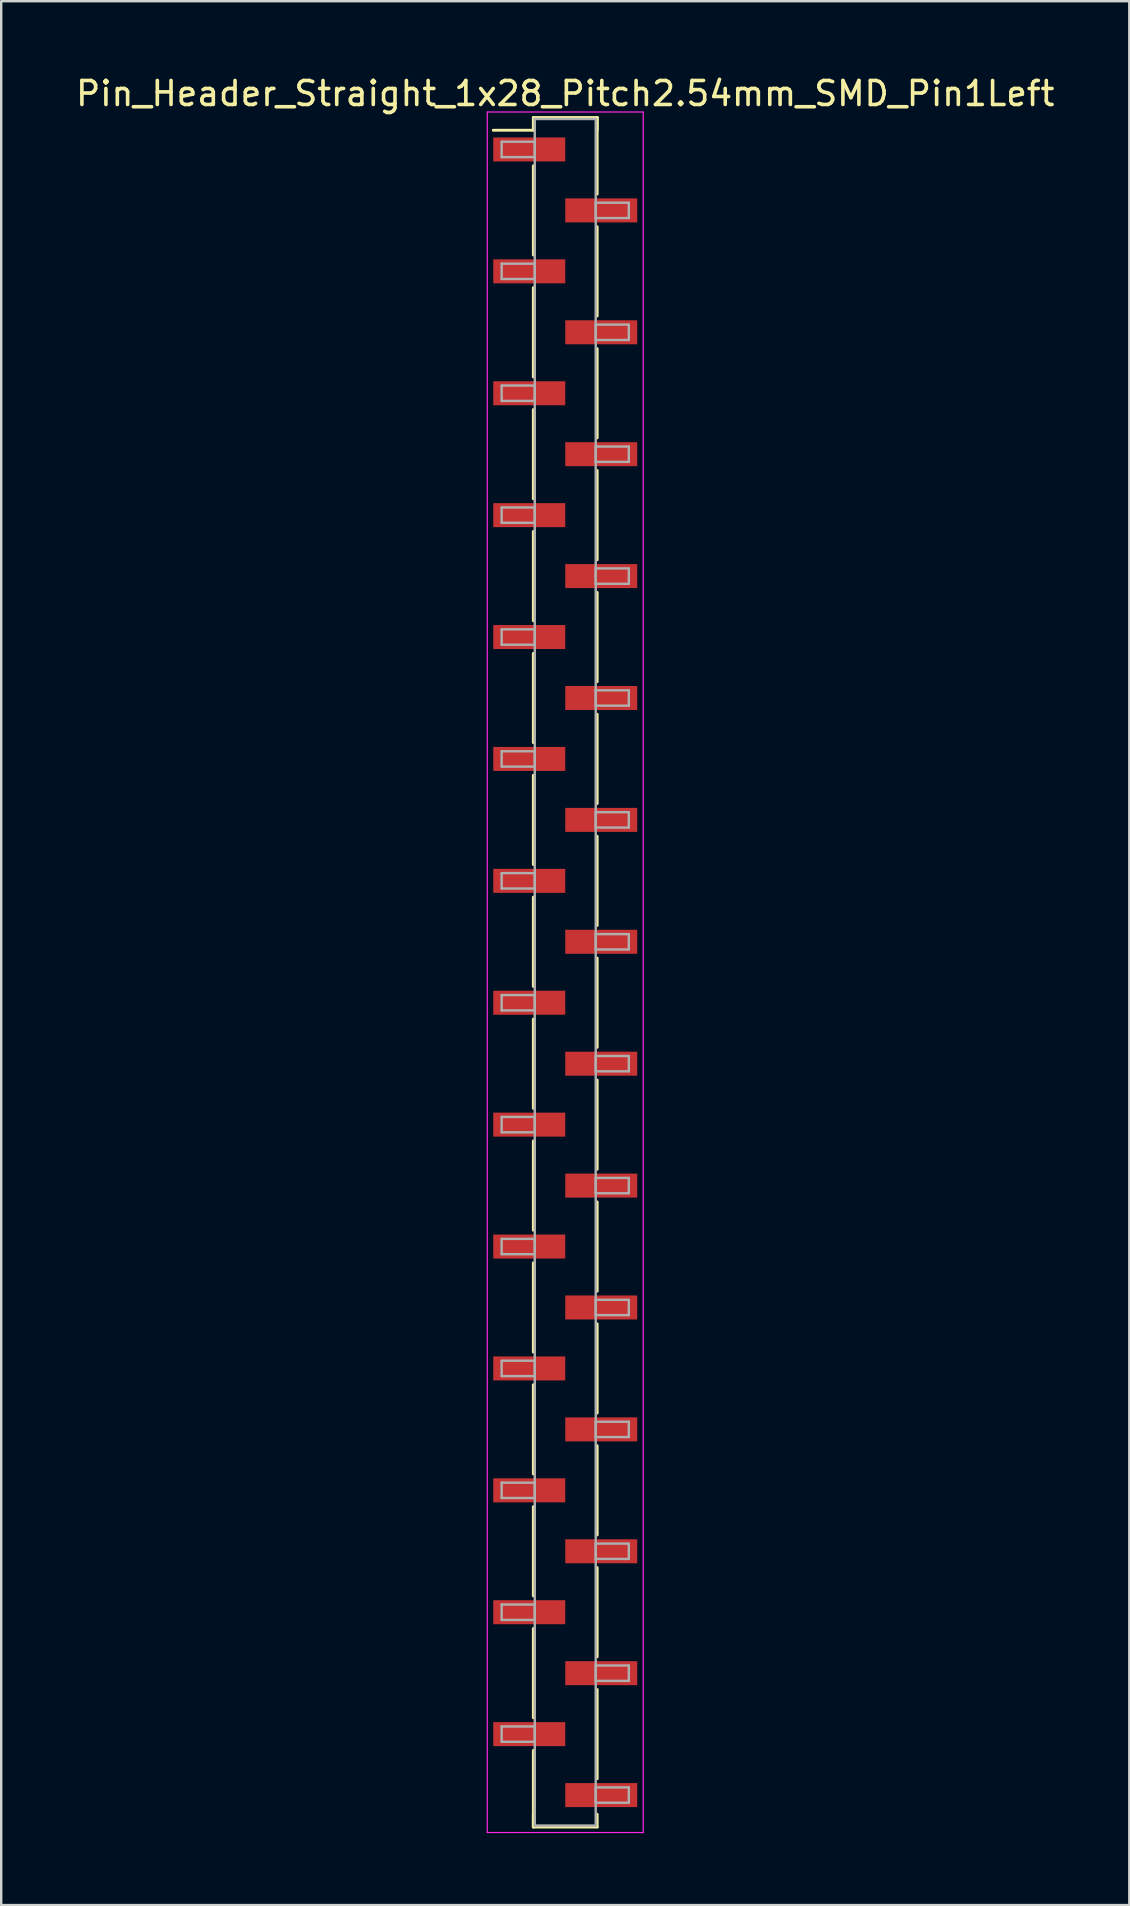
<source format=kicad_pcb>
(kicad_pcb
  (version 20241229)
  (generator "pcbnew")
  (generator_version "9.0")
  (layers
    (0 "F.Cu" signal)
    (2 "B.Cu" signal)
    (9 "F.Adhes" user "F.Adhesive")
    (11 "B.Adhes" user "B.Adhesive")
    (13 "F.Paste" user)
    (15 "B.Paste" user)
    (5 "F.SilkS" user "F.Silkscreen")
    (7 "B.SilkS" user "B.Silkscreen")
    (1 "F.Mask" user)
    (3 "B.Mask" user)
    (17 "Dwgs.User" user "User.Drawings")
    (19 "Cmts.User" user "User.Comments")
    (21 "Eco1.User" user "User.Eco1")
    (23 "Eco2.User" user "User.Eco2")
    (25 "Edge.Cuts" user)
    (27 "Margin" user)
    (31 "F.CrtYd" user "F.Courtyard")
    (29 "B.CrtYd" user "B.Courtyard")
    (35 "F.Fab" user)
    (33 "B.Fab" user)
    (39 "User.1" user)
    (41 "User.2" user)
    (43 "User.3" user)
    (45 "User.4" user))
  (footprint "Pin_Header_Straight_1x28_Pitch2.54mm_SMD_Pin1Left"
    (layer "F.Cu")
    (at 20.506 37.468)
    (property "Reference" "Pin_Header_Straight_1x28_Pitch2.54mm_SMD_Pin1Left" (at 0 -36.62 0) (layer "F.SilkS") (effects (font (size 1 1) (thickness 0.15))))
    (attr smd)
    (fp_line (start -1.33 -35.62) (end 1.33 -35.62) (stroke (width 0.12) (type solid)) (layer "F.SilkS"))
    (fp_line (start -1.33 -35.09) (end -3 -35.09) (stroke (width 0.12) (type solid)) (layer "F.SilkS"))
    (fp_line (start -1.33 -35.09) (end -1.33 -35.62) (stroke (width 0.12) (type solid)) (layer "F.SilkS"))
    (fp_line (start -1.33 -33.61) (end -1.33 -29.89) (stroke (width 0.12) (type solid)) (layer "F.SilkS"))
    (fp_line (start -1.33 -28.53) (end -1.33 -24.81) (stroke (width 0.12) (type solid)) (layer "F.SilkS"))
    (fp_line (start -1.33 -23.45) (end -1.33 -19.73) (stroke (width 0.12) (type solid)) (layer "F.SilkS"))
    (fp_line (start -1.33 -18.37) (end -1.33 -14.65) (stroke (width 0.12) (type solid)) (layer "F.SilkS"))
    (fp_line (start -1.33 -13.29) (end -1.33 -9.57) (stroke (width 0.12) (type solid)) (layer "F.SilkS"))
    (fp_line (start -1.33 -8.21) (end -1.33 -4.49) (stroke (width 0.12) (type solid)) (layer "F.SilkS"))
    (fp_line (start -1.33 -3.13) (end -1.33 0.59) (stroke (width 0.12) (type solid)) (layer "F.SilkS"))
    (fp_line (start -1.33 1.95) (end -1.33 5.67) (stroke (width 0.12) (type solid)) (layer "F.SilkS"))
    (fp_line (start -1.33 7.03) (end -1.33 10.75) (stroke (width 0.12) (type solid)) (layer "F.SilkS"))
    (fp_line (start -1.33 12.11) (end -1.33 15.83) (stroke (width 0.12) (type solid)) (layer "F.SilkS"))
    (fp_line (start -1.33 17.19) (end -1.33 20.91) (stroke (width 0.12) (type solid)) (layer "F.SilkS"))
    (fp_line (start -1.33 22.27) (end -1.33 25.99) (stroke (width 0.12) (type solid)) (layer "F.SilkS"))
    (fp_line (start -1.33 27.35) (end -1.33 31.07) (stroke (width 0.12) (type solid)) (layer "F.SilkS"))
    (fp_line (start -1.33 32.43) (end -1.33 35.62) (stroke (width 0.12) (type solid)) (layer "F.SilkS"))
    (fp_line (start -1.33 35.09) (end -1.33 35.62) (stroke (width 0.12) (type solid)) (layer "F.SilkS"))
    (fp_line (start -1.33 35.62) (end 1.33 35.62) (stroke (width 0.12) (type solid)) (layer "F.SilkS"))
    (fp_line (start 1.33 -35.62) (end 1.33 -35.09) (stroke (width 0.12) (type solid)) (layer "F.SilkS"))
    (fp_line (start 1.33 -35.62) (end 1.33 -32.43) (stroke (width 0.12) (type solid)) (layer "F.SilkS"))
    (fp_line (start 1.33 -31.07) (end 1.33 -27.35) (stroke (width 0.12) (type solid)) (layer "F.SilkS"))
    (fp_line (start 1.33 -25.99) (end 1.33 -22.27) (stroke (width 0.12) (type solid)) (layer "F.SilkS"))
    (fp_line (start 1.33 -20.91) (end 1.33 -17.19) (stroke (width 0.12) (type solid)) (layer "F.SilkS"))
    (fp_line (start 1.33 -15.83) (end 1.33 -12.11) (stroke (width 0.12) (type solid)) (layer "F.SilkS"))
    (fp_line (start 1.33 -10.75) (end 1.33 -7.03) (stroke (width 0.12) (type solid)) (layer "F.SilkS"))
    (fp_line (start 1.33 -5.67) (end 1.33 -1.95) (stroke (width 0.12) (type solid)) (layer "F.SilkS"))
    (fp_line (start 1.33 -0.59) (end 1.33 3.13) (stroke (width 0.12) (type solid)) (layer "F.SilkS"))
    (fp_line (start 1.33 4.49) (end 1.33 8.21) (stroke (width 0.12) (type solid)) (layer "F.SilkS"))
    (fp_line (start 1.33 9.57) (end 1.33 13.29) (stroke (width 0.12) (type solid)) (layer "F.SilkS"))
    (fp_line (start 1.33 14.65) (end 1.33 18.37) (stroke (width 0.12) (type solid)) (layer "F.SilkS"))
    (fp_line (start 1.33 19.73) (end 1.33 23.45) (stroke (width 0.12) (type solid)) (layer "F.SilkS"))
    (fp_line (start 1.33 24.81) (end 1.33 28.53) (stroke (width 0.12) (type solid)) (layer "F.SilkS"))
    (fp_line (start 1.33 29.89) (end 1.33 33.61) (stroke (width 0.12) (type solid)) (layer "F.SilkS"))
    (fp_line (start 1.33 35.62) (end 1.33 35.09) (stroke (width 0.12) (type solid)) (layer "F.SilkS"))
    (fp_line (start -3.25 -35.85) (end -3.25 35.85) (stroke (width 0.05) (type solid)) (layer "F.CrtYd"))
    (fp_line (start -3.25 35.85) (end 3.25 35.85) (stroke (width 0.05) (type solid)) (layer "F.CrtYd"))
    (fp_line (start 3.25 -35.85) (end -3.25 -35.85) (stroke (width 0.05) (type solid)) (layer "F.CrtYd"))
    (fp_line (start 3.25 35.85) (end 3.25 -35.85) (stroke (width 0.05) (type solid)) (layer "F.CrtYd"))
    (fp_line (start -2.65 -34.61) (end -1.27 -34.61) (stroke (width 0.1) (type solid)) (layer "F.Fab"))
    (fp_line (start -2.65 -33.97) (end -2.65 -34.61) (stroke (width 0.1) (type solid)) (layer "F.Fab"))
    (fp_line (start -2.65 -29.53) (end -1.27 -29.53) (stroke (width 0.1) (type solid)) (layer "F.Fab"))
    (fp_line (start -2.65 -28.89) (end -2.65 -29.53) (stroke (width 0.1) (type solid)) (layer "F.Fab"))
    (fp_line (start -2.65 -24.45) (end -1.27 -24.45) (stroke (width 0.1) (type solid)) (layer "F.Fab"))
    (fp_line (start -2.65 -23.81) (end -2.65 -24.45) (stroke (width 0.1) (type solid)) (layer "F.Fab"))
    (fp_line (start -2.65 -19.37) (end -1.27 -19.37) (stroke (width 0.1) (type solid)) (layer "F.Fab"))
    (fp_line (start -2.65 -18.73) (end -2.65 -19.37) (stroke (width 0.1) (type solid)) (layer "F.Fab"))
    (fp_line (start -2.65 -14.29) (end -1.27 -14.29) (stroke (width 0.1) (type solid)) (layer "F.Fab"))
    (fp_line (start -2.65 -13.65) (end -2.65 -14.29) (stroke (width 0.1) (type solid)) (layer "F.Fab"))
    (fp_line (start -2.65 -9.21) (end -1.27 -9.21) (stroke (width 0.1) (type solid)) (layer "F.Fab"))
    (fp_line (start -2.65 -8.57) (end -2.65 -9.21) (stroke (width 0.1) (type solid)) (layer "F.Fab"))
    (fp_line (start -2.65 -4.13) (end -1.27 -4.13) (stroke (width 0.1) (type solid)) (layer "F.Fab"))
    (fp_line (start -2.65 -3.49) (end -2.65 -4.13) (stroke (width 0.1) (type solid)) (layer "F.Fab"))
    (fp_line (start -2.65 0.95) (end -1.27 0.95) (stroke (width 0.1) (type solid)) (layer "F.Fab"))
    (fp_line (start -2.65 1.59) (end -2.65 0.95) (stroke (width 0.1) (type solid)) (layer "F.Fab"))
    (fp_line (start -2.65 6.03) (end -1.27 6.03) (stroke (width 0.1) (type solid)) (layer "F.Fab"))
    (fp_line (start -2.65 6.67) (end -2.65 6.03) (stroke (width 0.1) (type solid)) (layer "F.Fab"))
    (fp_line (start -2.65 11.11) (end -1.27 11.11) (stroke (width 0.1) (type solid)) (layer "F.Fab"))
    (fp_line (start -2.65 11.75) (end -2.65 11.11) (stroke (width 0.1) (type solid)) (layer "F.Fab"))
    (fp_line (start -2.65 16.19) (end -1.27 16.19) (stroke (width 0.1) (type solid)) (layer "F.Fab"))
    (fp_line (start -2.65 16.83) (end -2.65 16.19) (stroke (width 0.1) (type solid)) (layer "F.Fab"))
    (fp_line (start -2.65 21.27) (end -1.27 21.27) (stroke (width 0.1) (type solid)) (layer "F.Fab"))
    (fp_line (start -2.65 21.91) (end -2.65 21.27) (stroke (width 0.1) (type solid)) (layer "F.Fab"))
    (fp_line (start -2.65 26.35) (end -1.27 26.35) (stroke (width 0.1) (type solid)) (layer "F.Fab"))
    (fp_line (start -2.65 26.99) (end -2.65 26.35) (stroke (width 0.1) (type solid)) (layer "F.Fab"))
    (fp_line (start -2.65 31.43) (end -1.27 31.43) (stroke (width 0.1) (type solid)) (layer "F.Fab"))
    (fp_line (start -2.65 32.07) (end -2.65 31.43) (stroke (width 0.1) (type solid)) (layer "F.Fab"))
    (fp_line (start -1.27 -35.56) (end -1.27 35.56) (stroke (width 0.1) (type solid)) (layer "F.Fab"))
    (fp_line (start -1.27 -34.61) (end -1.27 -33.97) (stroke (width 0.1) (type solid)) (layer "F.Fab"))
    (fp_line (start -1.27 -33.97) (end -2.65 -33.97) (stroke (width 0.1) (type solid)) (layer "F.Fab"))
    (fp_line (start -1.27 -29.53) (end -1.27 -28.89) (stroke (width 0.1) (type solid)) (layer "F.Fab"))
    (fp_line (start -1.27 -28.89) (end -2.65 -28.89) (stroke (width 0.1) (type solid)) (layer "F.Fab"))
    (fp_line (start -1.27 -24.45) (end -1.27 -23.81) (stroke (width 0.1) (type solid)) (layer "F.Fab"))
    (fp_line (start -1.27 -23.81) (end -2.65 -23.81) (stroke (width 0.1) (type solid)) (layer "F.Fab"))
    (fp_line (start -1.27 -19.37) (end -1.27 -18.73) (stroke (width 0.1) (type solid)) (layer "F.Fab"))
    (fp_line (start -1.27 -18.73) (end -2.65 -18.73) (stroke (width 0.1) (type solid)) (layer "F.Fab"))
    (fp_line (start -1.27 -14.29) (end -1.27 -13.65) (stroke (width 0.1) (type solid)) (layer "F.Fab"))
    (fp_line (start -1.27 -13.65) (end -2.65 -13.65) (stroke (width 0.1) (type solid)) (layer "F.Fab"))
    (fp_line (start -1.27 -9.21) (end -1.27 -8.57) (stroke (width 0.1) (type solid)) (layer "F.Fab"))
    (fp_line (start -1.27 -8.57) (end -2.65 -8.57) (stroke (width 0.1) (type solid)) (layer "F.Fab"))
    (fp_line (start -1.27 -4.13) (end -1.27 -3.49) (stroke (width 0.1) (type solid)) (layer "F.Fab"))
    (fp_line (start -1.27 -3.49) (end -2.65 -3.49) (stroke (width 0.1) (type solid)) (layer "F.Fab"))
    (fp_line (start -1.27 0.95) (end -1.27 1.59) (stroke (width 0.1) (type solid)) (layer "F.Fab"))
    (fp_line (start -1.27 1.59) (end -2.65 1.59) (stroke (width 0.1) (type solid)) (layer "F.Fab"))
    (fp_line (start -1.27 6.03) (end -1.27 6.67) (stroke (width 0.1) (type solid)) (layer "F.Fab"))
    (fp_line (start -1.27 6.67) (end -2.65 6.67) (stroke (width 0.1) (type solid)) (layer "F.Fab"))
    (fp_line (start -1.27 11.11) (end -1.27 11.75) (stroke (width 0.1) (type solid)) (layer "F.Fab"))
    (fp_line (start -1.27 11.75) (end -2.65 11.75) (stroke (width 0.1) (type solid)) (layer "F.Fab"))
    (fp_line (start -1.27 16.19) (end -1.27 16.83) (stroke (width 0.1) (type solid)) (layer "F.Fab"))
    (fp_line (start -1.27 16.83) (end -2.65 16.83) (stroke (width 0.1) (type solid)) (layer "F.Fab"))
    (fp_line (start -1.27 21.27) (end -1.27 21.91) (stroke (width 0.1) (type solid)) (layer "F.Fab"))
    (fp_line (start -1.27 21.91) (end -2.65 21.91) (stroke (width 0.1) (type solid)) (layer "F.Fab"))
    (fp_line (start -1.27 26.35) (end -1.27 26.99) (stroke (width 0.1) (type solid)) (layer "F.Fab"))
    (fp_line (start -1.27 26.99) (end -2.65 26.99) (stroke (width 0.1) (type solid)) (layer "F.Fab"))
    (fp_line (start -1.27 31.43) (end -1.27 32.07) (stroke (width 0.1) (type solid)) (layer "F.Fab"))
    (fp_line (start -1.27 32.07) (end -2.65 32.07) (stroke (width 0.1) (type solid)) (layer "F.Fab"))
    (fp_line (start -1.27 35.56) (end 1.27 35.56) (stroke (width 0.1) (type solid)) (layer "F.Fab"))
    (fp_line (start 1.27 -35.56) (end -1.27 -35.56) (stroke (width 0.1) (type solid)) (layer "F.Fab"))
    (fp_line (start 1.27 -32.07) (end 1.27 -31.43) (stroke (width 0.1) (type solid)) (layer "F.Fab"))
    (fp_line (start 1.27 -31.43) (end 2.65 -31.43) (stroke (width 0.1) (type solid)) (layer "F.Fab"))
    (fp_line (start 1.27 -26.99) (end 1.27 -26.35) (stroke (width 0.1) (type solid)) (layer "F.Fab"))
    (fp_line (start 1.27 -26.35) (end 2.65 -26.35) (stroke (width 0.1) (type solid)) (layer "F.Fab"))
    (fp_line (start 1.27 -21.91) (end 1.27 -21.27) (stroke (width 0.1) (type solid)) (layer "F.Fab"))
    (fp_line (start 1.27 -21.27) (end 2.65 -21.27) (stroke (width 0.1) (type solid)) (layer "F.Fab"))
    (fp_line (start 1.27 -16.83) (end 1.27 -16.19) (stroke (width 0.1) (type solid)) (layer "F.Fab"))
    (fp_line (start 1.27 -16.19) (end 2.65 -16.19) (stroke (width 0.1) (type solid)) (layer "F.Fab"))
    (fp_line (start 1.27 -11.75) (end 1.27 -11.11) (stroke (width 0.1) (type solid)) (layer "F.Fab"))
    (fp_line (start 1.27 -11.11) (end 2.65 -11.11) (stroke (width 0.1) (type solid)) (layer "F.Fab"))
    (fp_line (start 1.27 -6.67) (end 1.27 -6.03) (stroke (width 0.1) (type solid)) (layer "F.Fab"))
    (fp_line (start 1.27 -6.03) (end 2.65 -6.03) (stroke (width 0.1) (type solid)) (layer "F.Fab"))
    (fp_line (start 1.27 -1.59) (end 1.27 -0.95) (stroke (width 0.1) (type solid)) (layer "F.Fab"))
    (fp_line (start 1.27 -0.95) (end 2.65 -0.95) (stroke (width 0.1) (type solid)) (layer "F.Fab"))
    (fp_line (start 1.27 3.49) (end 1.27 4.13) (stroke (width 0.1) (type solid)) (layer "F.Fab"))
    (fp_line (start 1.27 4.13) (end 2.65 4.13) (stroke (width 0.1) (type solid)) (layer "F.Fab"))
    (fp_line (start 1.27 8.57) (end 1.27 9.21) (stroke (width 0.1) (type solid)) (layer "F.Fab"))
    (fp_line (start 1.27 9.21) (end 2.65 9.21) (stroke (width 0.1) (type solid)) (layer "F.Fab"))
    (fp_line (start 1.27 13.65) (end 1.27 14.29) (stroke (width 0.1) (type solid)) (layer "F.Fab"))
    (fp_line (start 1.27 14.29) (end 2.65 14.29) (stroke (width 0.1) (type solid)) (layer "F.Fab"))
    (fp_line (start 1.27 18.73) (end 1.27 19.37) (stroke (width 0.1) (type solid)) (layer "F.Fab"))
    (fp_line (start 1.27 19.37) (end 2.65 19.37) (stroke (width 0.1) (type solid)) (layer "F.Fab"))
    (fp_line (start 1.27 23.81) (end 1.27 24.45) (stroke (width 0.1) (type solid)) (layer "F.Fab"))
    (fp_line (start 1.27 24.45) (end 2.65 24.45) (stroke (width 0.1) (type solid)) (layer "F.Fab"))
    (fp_line (start 1.27 28.89) (end 1.27 29.53) (stroke (width 0.1) (type solid)) (layer "F.Fab"))
    (fp_line (start 1.27 29.53) (end 2.65 29.53) (stroke (width 0.1) (type solid)) (layer "F.Fab"))
    (fp_line (start 1.27 33.97) (end 1.27 34.61) (stroke (width 0.1) (type solid)) (layer "F.Fab"))
    (fp_line (start 1.27 34.61) (end 2.65 34.61) (stroke (width 0.1) (type solid)) (layer "F.Fab"))
    (fp_line (start 1.27 35.56) (end 1.27 -35.56) (stroke (width 0.1) (type solid)) (layer "F.Fab"))
    (fp_line (start 2.65 -32.07) (end 1.27 -32.07) (stroke (width 0.1) (type solid)) (layer "F.Fab"))
    (fp_line (start 2.65 -31.43) (end 2.65 -32.07) (stroke (width 0.1) (type solid)) (layer "F.Fab"))
    (fp_line (start 2.65 -26.99) (end 1.27 -26.99) (stroke (width 0.1) (type solid)) (layer "F.Fab"))
    (fp_line (start 2.65 -26.35) (end 2.65 -26.99) (stroke (width 0.1) (type solid)) (layer "F.Fab"))
    (fp_line (start 2.65 -21.91) (end 1.27 -21.91) (stroke (width 0.1) (type solid)) (layer "F.Fab"))
    (fp_line (start 2.65 -21.27) (end 2.65 -21.91) (stroke (width 0.1) (type solid)) (layer "F.Fab"))
    (fp_line (start 2.65 -16.83) (end 1.27 -16.83) (stroke (width 0.1) (type solid)) (layer "F.Fab"))
    (fp_line (start 2.65 -16.19) (end 2.65 -16.83) (stroke (width 0.1) (type solid)) (layer "F.Fab"))
    (fp_line (start 2.65 -11.75) (end 1.27 -11.75) (stroke (width 0.1) (type solid)) (layer "F.Fab"))
    (fp_line (start 2.65 -11.11) (end 2.65 -11.75) (stroke (width 0.1) (type solid)) (layer "F.Fab"))
    (fp_line (start 2.65 -6.67) (end 1.27 -6.67) (stroke (width 0.1) (type solid)) (layer "F.Fab"))
    (fp_line (start 2.65 -6.03) (end 2.65 -6.67) (stroke (width 0.1) (type solid)) (layer "F.Fab"))
    (fp_line (start 2.65 -1.59) (end 1.27 -1.59) (stroke (width 0.1) (type solid)) (layer "F.Fab"))
    (fp_line (start 2.65 -0.95) (end 2.65 -1.59) (stroke (width 0.1) (type solid)) (layer "F.Fab"))
    (fp_line (start 2.65 3.49) (end 1.27 3.49) (stroke (width 0.1) (type solid)) (layer "F.Fab"))
    (fp_line (start 2.65 4.13) (end 2.65 3.49) (stroke (width 0.1) (type solid)) (layer "F.Fab"))
    (fp_line (start 2.65 8.57) (end 1.27 8.57) (stroke (width 0.1) (type solid)) (layer "F.Fab"))
    (fp_line (start 2.65 9.21) (end 2.65 8.57) (stroke (width 0.1) (type solid)) (layer "F.Fab"))
    (fp_line (start 2.65 13.65) (end 1.27 13.65) (stroke (width 0.1) (type solid)) (layer "F.Fab"))
    (fp_line (start 2.65 14.29) (end 2.65 13.65) (stroke (width 0.1) (type solid)) (layer "F.Fab"))
    (fp_line (start 2.65 18.73) (end 1.27 18.73) (stroke (width 0.1) (type solid)) (layer "F.Fab"))
    (fp_line (start 2.65 19.37) (end 2.65 18.73) (stroke (width 0.1) (type solid)) (layer "F.Fab"))
    (fp_line (start 2.65 23.81) (end 1.27 23.81) (stroke (width 0.1) (type solid)) (layer "F.Fab"))
    (fp_line (start 2.65 24.45) (end 2.65 23.81) (stroke (width 0.1) (type solid)) (layer "F.Fab"))
    (fp_line (start 2.65 28.89) (end 1.27 28.89) (stroke (width 0.1) (type solid)) (layer "F.Fab"))
    (fp_line (start 2.65 29.53) (end 2.65 28.89) (stroke (width 0.1) (type solid)) (layer "F.Fab"))
    (fp_line (start 2.65 33.97) (end 1.27 33.97) (stroke (width 0.1) (type solid)) (layer "F.Fab"))
    (fp_line (start 2.65 34.61) (end 2.65 33.97) (stroke (width 0.1) (type solid)) (layer "F.Fab"))
    (pad "1" smd rect (at -1.5 -34.29) (size 3 1) (layers "F.Cu" "F.Mask"))
    (pad "2" smd rect (at 1.5 -31.75) (size 3 1) (layers "F.Cu" "F.Mask"))
    (pad "3" smd rect (at -1.5 -29.21) (size 3 1) (layers "F.Cu" "F.Mask"))
    (pad "4" smd rect (at 1.5 -26.67) (size 3 1) (layers "F.Cu" "F.Mask"))
    (pad "5" smd rect (at -1.5 -24.13) (size 3 1) (layers "F.Cu" "F.Mask"))
    (pad "6" smd rect (at 1.5 -21.59) (size 3 1) (layers "F.Cu" "F.Mask"))
    (pad "7" smd rect (at -1.5 -19.05) (size 3 1) (layers "F.Cu" "F.Mask"))
    (pad "8" smd rect (at 1.5 -16.51) (size 3 1) (layers "F.Cu" "F.Mask"))
    (pad "9" smd rect (at -1.5 -13.97) (size 3 1) (layers "F.Cu" "F.Mask"))
    (pad "10" smd rect (at 1.5 -11.43) (size 3 1) (layers "F.Cu" "F.Mask"))
    (pad "11" smd rect (at -1.5 -8.89) (size 3 1) (layers "F.Cu" "F.Mask"))
    (pad "12" smd rect (at 1.5 -6.35) (size 3 1) (layers "F.Cu" "F.Mask"))
    (pad "13" smd rect (at -1.5 -3.81) (size 3 1) (layers "F.Cu" "F.Mask"))
    (pad "14" smd rect (at 1.5 -1.27) (size 3 1) (layers "F.Cu" "F.Mask"))
    (pad "15" smd rect (at -1.5 1.27) (size 3 1) (layers "F.Cu" "F.Mask"))
    (pad "16" smd rect (at 1.5 3.81) (size 3 1) (layers "F.Cu" "F.Mask"))
    (pad "17" smd rect (at -1.5 6.35) (size 3 1) (layers "F.Cu" "F.Mask"))
    (pad "18" smd rect (at 1.5 8.89) (size 3 1) (layers "F.Cu" "F.Mask"))
    (pad "19" smd rect (at -1.5 11.43) (size 3 1) (layers "F.Cu" "F.Mask"))
    (pad "20" smd rect (at 1.5 13.97) (size 3 1) (layers "F.Cu" "F.Mask"))
    (pad "21" smd rect (at -1.5 16.51) (size 3 1) (layers "F.Cu" "F.Mask"))
    (pad "22" smd rect (at 1.5 19.05) (size 3 1) (layers "F.Cu" "F.Mask"))
    (pad "23" smd rect (at -1.5 21.59) (size 3 1) (layers "F.Cu" "F.Mask"))
    (pad "24" smd rect (at 1.5 24.13) (size 3 1) (layers "F.Cu" "F.Mask"))
    (pad "25" smd rect (at -1.5 26.67) (size 3 1) (layers "F.Cu" "F.Mask"))
    (pad "26" smd rect (at 1.5 29.21) (size 3 1) (layers "F.Cu" "F.Mask"))
    (pad "27" smd rect (at -1.5 31.75) (size 3 1) (layers "F.Cu" "F.Mask"))
    (pad "28" smd rect (at 1.5 34.29) (size 3 1) (layers "F.Cu" "F.Mask")))
  (gr_rect
    (start -3 -3)
    (end 44.012 76.343)
    (stroke (width 0.1) (type default))
    (fill no)
    (layer "Edge.Cuts")))
</source>
